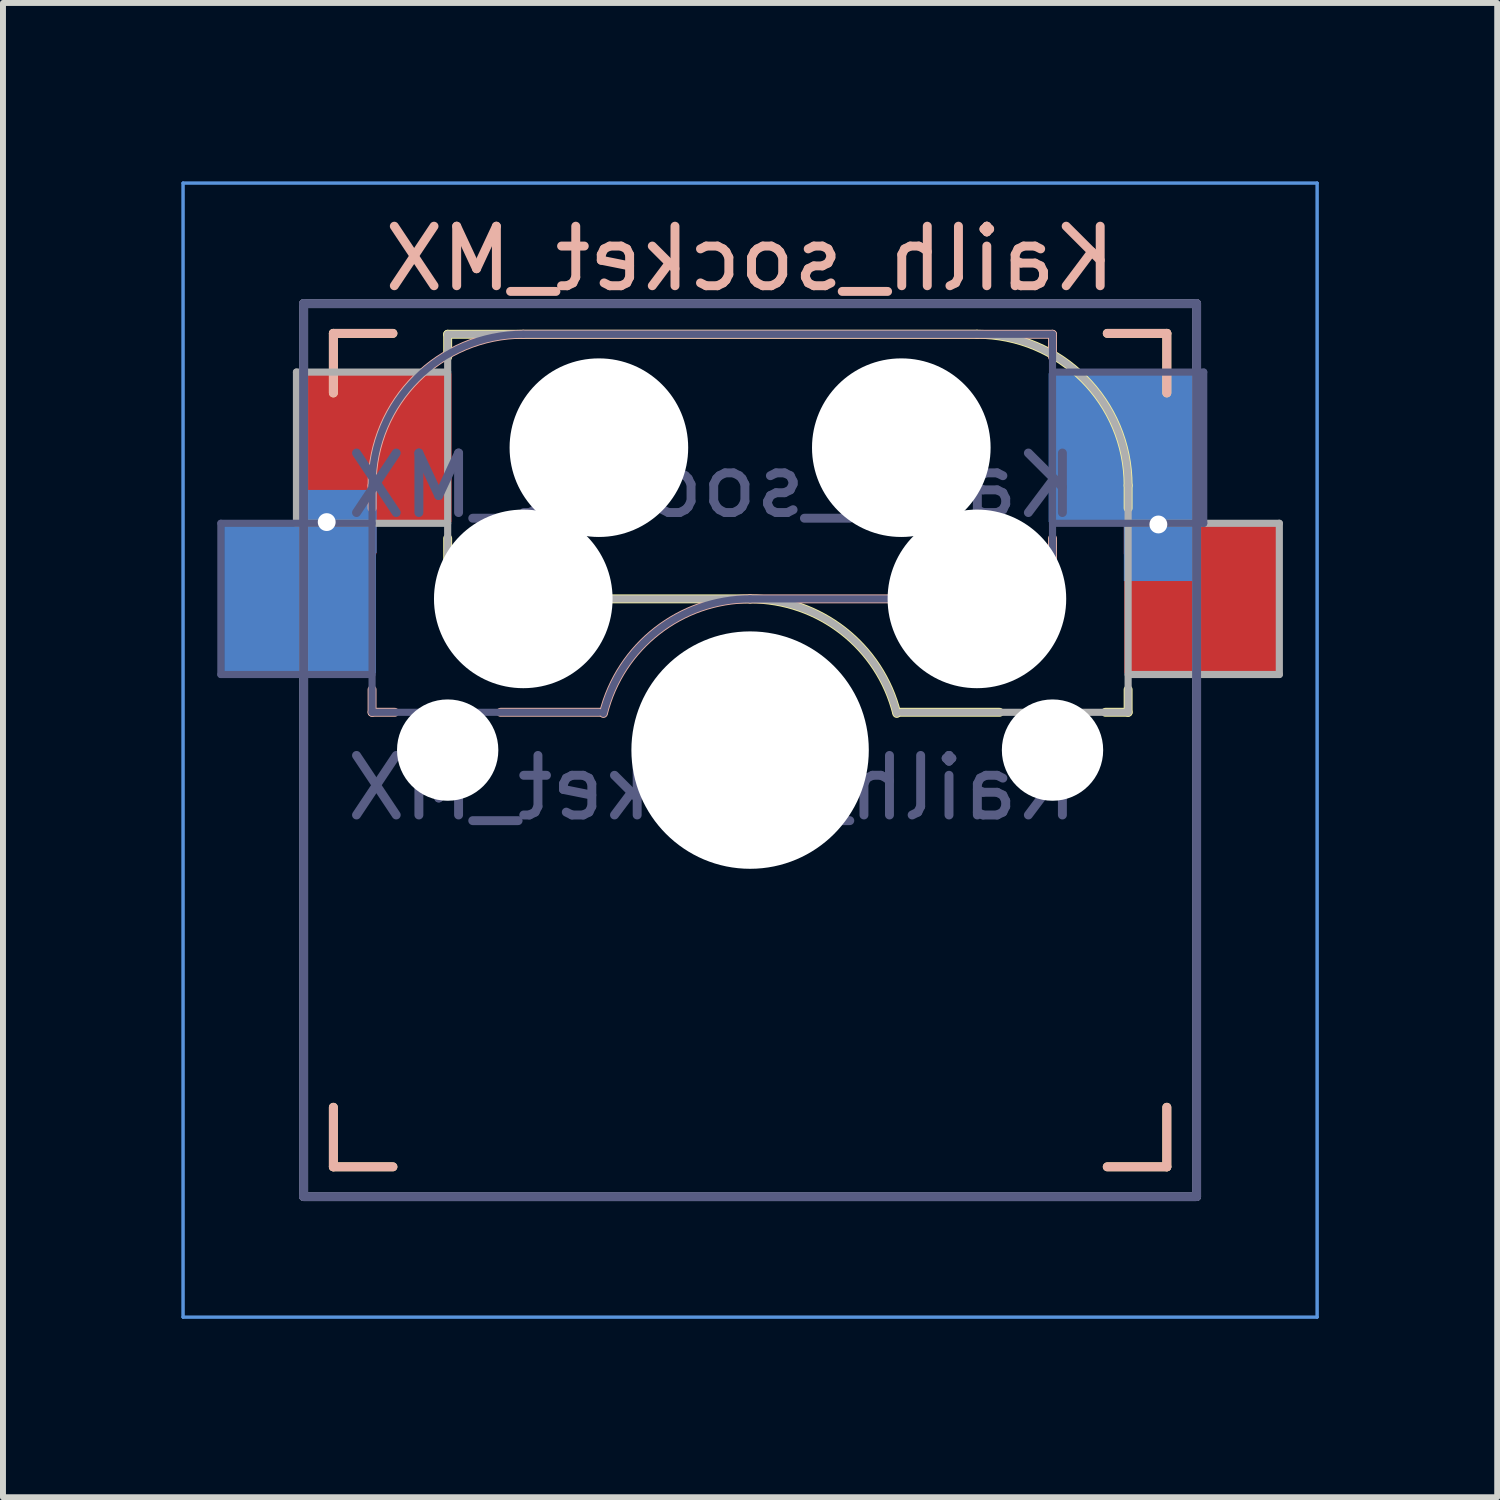
<source format=kicad_pcb>
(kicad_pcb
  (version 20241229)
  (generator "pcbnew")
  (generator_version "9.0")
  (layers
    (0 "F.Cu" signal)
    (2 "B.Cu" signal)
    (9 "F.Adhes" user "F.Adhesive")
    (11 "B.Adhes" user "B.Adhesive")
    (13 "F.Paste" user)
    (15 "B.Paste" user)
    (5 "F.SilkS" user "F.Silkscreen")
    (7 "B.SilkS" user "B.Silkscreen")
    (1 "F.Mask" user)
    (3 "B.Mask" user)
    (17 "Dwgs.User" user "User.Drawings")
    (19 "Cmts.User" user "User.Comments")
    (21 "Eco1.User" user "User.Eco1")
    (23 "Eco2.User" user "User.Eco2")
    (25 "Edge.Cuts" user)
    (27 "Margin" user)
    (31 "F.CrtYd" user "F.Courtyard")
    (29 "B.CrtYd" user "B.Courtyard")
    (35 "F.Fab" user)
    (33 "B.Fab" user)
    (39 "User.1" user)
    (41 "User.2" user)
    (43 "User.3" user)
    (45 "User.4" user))
  (footprint "Kailh_socket_MX"
    (layer "F.Cu")
    (at 9.55 9.55)
    (property "Reference" "Kailh_socket_MX" (at 0 -8.255 0) (layer "B.SilkS") (effects (font (size 1 1) (thickness 0.15)) (justify mirror)))
    (property "Value" "Kailh_socket_MX" (at 0 8.255 0) (layer "F.Fab") (hide yes) (effects (font (size 1 1) (thickness 0.15))))
    (attr smd)
    (fp_line (start -7 -6) (end -7 -7) (stroke (width 0.15) (type solid)) (layer "F.SilkS"))
    (fp_line (start -7 7) (end -7 6) (stroke (width 0.15) (type solid)) (layer "F.SilkS"))
    (fp_line (start -7 7) (end -6 7) (stroke (width 0.15) (type solid)) (layer "F.SilkS"))
    (fp_line (start -6 -7) (end -7 -7) (stroke (width 0.15) (type solid)) (layer "F.SilkS"))
    (fp_line (start -5.08 -6.985) (end -5.08 -6.604) (stroke (width 0.15) (type solid)) (layer "F.SilkS"))
    (fp_line (start -5.08 -3.556) (end -5.08 -2.54) (stroke (width 0.15) (type solid)) (layer "F.SilkS"))
    (fp_line (start -5.08 -2.54) (end 0 -2.54) (stroke (width 0.15) (type solid)) (layer "F.SilkS"))
    (fp_line (start 2.464 -0.635) (end 4.191 -0.635) (stroke (width 0.15) (type solid)) (layer "F.SilkS"))
    (fp_line (start 3.81 -6.985) (end -5.08 -6.985) (stroke (width 0.15) (type solid)) (layer "F.SilkS"))
    (fp_line (start 5.969 -0.635) (end 6.35 -0.635) (stroke (width 0.15) (type solid)) (layer "F.SilkS"))
    (fp_line (start 6 7) (end 7 7) (stroke (width 0.15) (type solid)) (layer "F.SilkS"))
    (fp_line (start 6.35 -4.445) (end 6.35 -4.064) (stroke (width 0.15) (type solid)) (layer "F.SilkS"))
    (fp_line (start 6.35 -1.016) (end 6.35 -0.635) (stroke (width 0.15) (type solid)) (layer "F.SilkS"))
    (fp_line (start 7 -7) (end 6 -7) (stroke (width 0.15) (type solid)) (layer "F.SilkS"))
    (fp_line (start 7 -7) (end 7 -6) (stroke (width 0.15) (type solid)) (layer "F.SilkS"))
    (fp_line (start 7 6) (end 7 7) (stroke (width 0.15) (type solid)) (layer "F.SilkS"))
    (fp_arc (start 0 -2.54) (mid 1.563147 -2.002042) (end 2.464162 -0.61604) (stroke (width 0.15) (type solid)) (layer "F.SilkS"))
    (fp_arc (start 3.81 -6.985) (mid 5.606051 -6.241051) (end 6.35 -4.445) (stroke (width 0.15) (type solid)) (layer "F.SilkS"))
    (fp_line (start -7 -7) (end -7 -6) (stroke (width 0.15) (type solid)) (layer "B.SilkS"))
    (fp_line (start -7 -7) (end -6 -7) (stroke (width 0.15) (type solid)) (layer "B.SilkS"))
    (fp_line (start -7 6) (end -7 7) (stroke (width 0.15) (type solid)) (layer "B.SilkS"))
    (fp_line (start -6.35 -4.445) (end -6.35 -4.064) (stroke (width 0.15) (type solid)) (layer "B.SilkS"))
    (fp_line (start -6.35 -1.016) (end -6.35 -0.635) (stroke (width 0.15) (type solid)) (layer "B.SilkS"))
    (fp_line (start -6 7) (end -7 7) (stroke (width 0.15) (type solid)) (layer "B.SilkS"))
    (fp_line (start -5.969 -0.635) (end -6.35 -0.635) (stroke (width 0.15) (type solid)) (layer "B.SilkS"))
    (fp_line (start -3.81 -6.985) (end 5.08 -6.985) (stroke (width 0.15) (type solid)) (layer "B.SilkS"))
    (fp_line (start -2.464 -0.635) (end -4.191 -0.635) (stroke (width 0.15) (type solid)) (layer "B.SilkS"))
    (fp_line (start 5.08 -6.985) (end 5.08 -6.604) (stroke (width 0.15) (type solid)) (layer "B.SilkS"))
    (fp_line (start 5.08 -3.556) (end 5.08 -2.54) (stroke (width 0.15) (type solid)) (layer "B.SilkS"))
    (fp_line (start 5.08 -2.54) (end 0 -2.54) (stroke (width 0.15) (type solid)) (layer "B.SilkS"))
    (fp_line (start 6 -7) (end 7 -7) (stroke (width 0.15) (type solid)) (layer "B.SilkS"))
    (fp_line (start 7 -6) (end 7 -7) (stroke (width 0.15) (type solid)) (layer "B.SilkS"))
    (fp_line (start 7 7) (end 6 7) (stroke (width 0.15) (type solid)) (layer "B.SilkS"))
    (fp_line (start 7 7) (end 7 6) (stroke (width 0.15) (type solid)) (layer "B.SilkS"))
    (fp_arc (start -6.35 -4.445) (mid -5.606051 -6.241051) (end -3.81 -6.985) (stroke (width 0.15) (type solid)) (layer "B.SilkS"))
    (fp_arc (start -2.464162 -0.61604) (mid -1.563147 -2.002042) (end 0 -2.54) (stroke (width 0.15) (type solid)) (layer "B.SilkS"))
    (fp_line (start -9.525 -9.525) (end -9.525 9.525) (stroke (width 0.05) (type solid)) (layer "Cmts.User"))
    (fp_line (start -9.525 -9.525) (end -9.525 9.525) (stroke (width 0.05) (type solid)) (layer "Cmts.User"))
    (fp_line (start -9.525 -9.525) (end 9.525 -9.525) (stroke (width 0.05) (type solid)) (layer "Cmts.User"))
    (fp_line (start -9.525 9.525) (end 9.525 9.525) (stroke (width 0.05) (type solid)) (layer "Cmts.User"))
    (fp_line (start 9.525 -9.525) (end -9.525 -9.525) (stroke (width 0.05) (type solid)) (layer "Cmts.User"))
    (fp_line (start 9.525 -9.525) (end 9.525 9.525) (stroke (width 0.05) (type solid)) (layer "Cmts.User"))
    (fp_line (start 9.525 -9.525) (end 9.525 9.525) (stroke (width 0.05) (type solid)) (layer "Cmts.User"))
    (fp_line (start 9.525 9.525) (end -9.525 9.525) (stroke (width 0.05) (type solid)) (layer "Cmts.User"))
    (fp_line (start -6.9 -6.9) (end -6.9 6.9) (stroke (width 0.15) (type solid)) (layer "Eco2.User"))
    (fp_line (start -6.9 -6.9) (end 6.9 -6.9) (stroke (width 0.15) (type solid)) (layer "Eco2.User"))
    (fp_line (start -6.9 6.9) (end -6.9 -6.9) (stroke (width 0.15) (type solid)) (layer "Eco2.User"))
    (fp_line (start -6.9 6.9) (end 6.9 6.9) (stroke (width 0.15) (type solid)) (layer "Eco2.User"))
    (fp_line (start 6.9 -6.9) (end -6.9 -6.9) (stroke (width 0.15) (type solid)) (layer "Eco2.User"))
    (fp_line (start 6.9 -6.9) (end 6.9 6.9) (stroke (width 0.15) (type solid)) (layer "Eco2.User"))
    (fp_line (start 6.9 6.9) (end -6.9 6.9) (stroke (width 0.15) (type solid)) (layer "Eco2.User"))
    (fp_line (start 6.9 6.9) (end 6.9 -6.9) (stroke (width 0.15) (type solid)) (layer "Eco2.User"))
    (fp_line (start -8.89 -3.81) (end -6.35 -3.81) (stroke (width 0.12) (type solid)) (layer "B.Fab"))
    (fp_line (start -8.89 -1.27) (end -8.89 -3.81) (stroke (width 0.12) (type solid)) (layer "B.Fab"))
    (fp_line (start -7.5 -7.5) (end -7.5 7.5) (stroke (width 0.15) (type solid)) (layer "B.Fab"))
    (fp_line (start -7.5 7.5) (end 7.5 7.5) (stroke (width 0.15) (type solid)) (layer "B.Fab"))
    (fp_line (start -6.35 -1.27) (end -8.89 -1.27) (stroke (width 0.12) (type solid)) (layer "B.Fab"))
    (fp_line (start -6.35 -0.635) (end -6.35 -4.445) (stroke (width 0.12) (type solid)) (layer "B.Fab"))
    (fp_line (start -6.35 -0.635) (end -2.54 -0.635) (stroke (width 0.12) (type solid)) (layer "B.Fab"))
    (fp_line (start -3.81 -6.985) (end 5.08 -6.985) (stroke (width 0.12) (type solid)) (layer "B.Fab"))
    (fp_line (start 5.08 -6.985) (end 5.08 -2.54) (stroke (width 0.12) (type solid)) (layer "B.Fab"))
    (fp_line (start 5.08 -6.35) (end 7.62 -6.35) (stroke (width 0.12) (type solid)) (layer "B.Fab"))
    (fp_line (start 5.08 -2.54) (end 0 -2.54) (stroke (width 0.12) (type solid)) (layer "B.Fab"))
    (fp_line (start 7.5 -7.5) (end -7.5 -7.5) (stroke (width 0.15) (type solid)) (layer "B.Fab"))
    (fp_line (start 7.5 7.5) (end 7.5 -7.5) (stroke (width 0.15) (type solid)) (layer "B.Fab"))
    (fp_line (start 7.62 -6.35) (end 7.62 -3.81) (stroke (width 0.12) (type solid)) (layer "B.Fab"))
    (fp_line (start 7.62 -3.81) (end 5.08 -3.81) (stroke (width 0.12) (type solid)) (layer "B.Fab"))
    (fp_arc (start -6.35 -4.445) (mid -5.606051 -6.241051) (end -3.81 -6.985) (stroke (width 0.12) (type solid)) (layer "B.Fab"))
    (fp_arc (start -2.464162 -0.61604) (mid -1.563147 -2.002042) (end 0 -2.54) (stroke (width 0.12) (type solid)) (layer "B.Fab"))
    (fp_line (start -7.62 -6.35) (end -7.62 -3.81) (stroke (width 0.12) (type solid)) (layer "F.Fab"))
    (fp_line (start -7.62 -3.81) (end -5.08 -3.81) (stroke (width 0.12) (type solid)) (layer "F.Fab"))
    (fp_line (start -7.5 -7.5) (end 7.5 -7.5) (stroke (width 0.15) (type solid)) (layer "F.Fab"))
    (fp_line (start -7.5 7.5) (end -7.5 -7.5) (stroke (width 0.15) (type solid)) (layer "F.Fab"))
    (fp_line (start -5.08 -6.985) (end -5.08 -2.54) (stroke (width 0.12) (type solid)) (layer "F.Fab"))
    (fp_line (start -5.08 -6.35) (end -7.62 -6.35) (stroke (width 0.12) (type solid)) (layer "F.Fab"))
    (fp_line (start -5.08 -2.54) (end 0 -2.54) (stroke (width 0.12) (type solid)) (layer "F.Fab"))
    (fp_line (start 3.81 -6.985) (end -5.08 -6.985) (stroke (width 0.12) (type solid)) (layer "F.Fab"))
    (fp_line (start 6.35 -1.27) (end 8.89 -1.27) (stroke (width 0.12) (type solid)) (layer "F.Fab"))
    (fp_line (start 6.35 -0.635) (end 2.54 -0.635) (stroke (width 0.12) (type solid)) (layer "F.Fab"))
    (fp_line (start 6.35 -0.635) (end 6.35 -4.445) (stroke (width 0.12) (type solid)) (layer "F.Fab"))
    (fp_line (start 7.5 -7.5) (end 7.5 7.5) (stroke (width 0.15) (type solid)) (layer "F.Fab"))
    (fp_line (start 7.5 7.5) (end -7.5 7.5) (stroke (width 0.15) (type solid)) (layer "F.Fab"))
    (fp_line (start 8.89 -3.81) (end 6.35 -3.81) (stroke (width 0.12) (type solid)) (layer "F.Fab"))
    (fp_line (start 8.89 -1.27) (end 8.89 -3.81) (stroke (width 0.12) (type solid)) (layer "F.Fab"))
    (fp_arc (start 0 -2.54) (mid 1.563147 -2.002042) (end 2.464162 -0.61604) (stroke (width 0.12) (type solid)) (layer "F.Fab"))
    (fp_arc (start 3.81 -6.985) (mid 5.606051 -6.241051) (end 6.35 -4.445) (stroke (width 0.12) (type solid)) (layer "F.Fab"))
    (fp_text user "${REFERENCE}" (at -0.635 -4.445 0) (layer "B.Fab") (effects (font (size 1 1) (thickness 0.15)) (justify mirror)))
    (fp_text user "${VALUE}" (at -0.635 0.635 0) (layer "B.Fab") (effects (font (size 1 1) (thickness 0.15)) (justify mirror)))
    (pad "" np_thru_hole circle (at -5.08 0) (size 1.702 1.702) (drill 1.702) (layers "*.Cu" "*.Mask"))
    (pad "" np_thru_hole circle (at -3.81 -2.54) (size 3 3) (drill 3) (layers "*.Cu" "*.Mask"))
    (pad "" np_thru_hole circle (at -2.54 -5.08) (size 3 3) (drill 3) (layers "*.Cu" "*.Mask"))
    (pad "" np_thru_hole circle (at 0 0) (size 3.988 3.988) (drill 3.988) (layers "*.Cu" "*.Mask"))
    (pad "" np_thru_hole circle (at 2.54 -5.08) (size 3 3) (drill 3) (layers "*.Cu" "*.Mask"))
    (pad "" np_thru_hole circle (at 3.81 -2.54) (size 3 3) (drill 3) (layers "*.Cu" "*.Mask"))
    (pad "" np_thru_hole circle (at 5.08 0) (size 1.702 1.702) (drill 1.702) (layers "*.Cu" "*.Mask"))
    (pad "1" smd rect (at 6.29 -5.08) (size 2.55 2.5) (layers "B.Cu" "B.Mask" "B.Paste"))
    (pad "1" smd rect (at 6.77 -3.77) (size 0.985 0.96) (layers "F.Cu" "F.Mask" "F.Paste"))
    (pad "1" thru_hole circle (at 6.858 -3.79) (size 0.6 0.6) (drill 0.3) (layers "*.Cu" "*.Mask"))
    (pad "1" smd rect (at 6.924 -3.545) (size 1.292 1.41) (layers "B.Cu" "B.Mask" "B.Paste"))
    (pad "1" smd rect (at 7.56 -2.54) (size 2.55 2.5) (layers "F.Cu" "F.Mask" "F.Paste"))
    (pad "2" smd rect (at -7.56 -2.54) (size 2.55 2.5) (layers "B.Cu" "B.Mask" "B.Paste"))
    (pad "2" thru_hole circle (at -7.112 -3.83) (size 0.6 0.6) (drill 0.3) (layers "*.Cu" "*.Mask"))
    (pad "2" smd rect (at -6.864 -3.82) (size 1.173 1.06) (layers "F.Cu" "F.Mask" "F.Paste"))
    (pad "2" smd rect (at -6.86 -3.84) (size 1.173 1.06) (layers "B.Cu" "B.Mask" "B.Paste"))
    (pad "2" smd rect (at -6.29 -5.08) (size 2.55 2.5) (layers "F.Cu" "F.Mask" "F.Paste")))
  (gr_rect
    (start -3 -3)
    (end 22.1 22.1)
    (stroke (width 0.1) (type default))
    (fill no)
    (layer "Edge.Cuts")))
</source>
